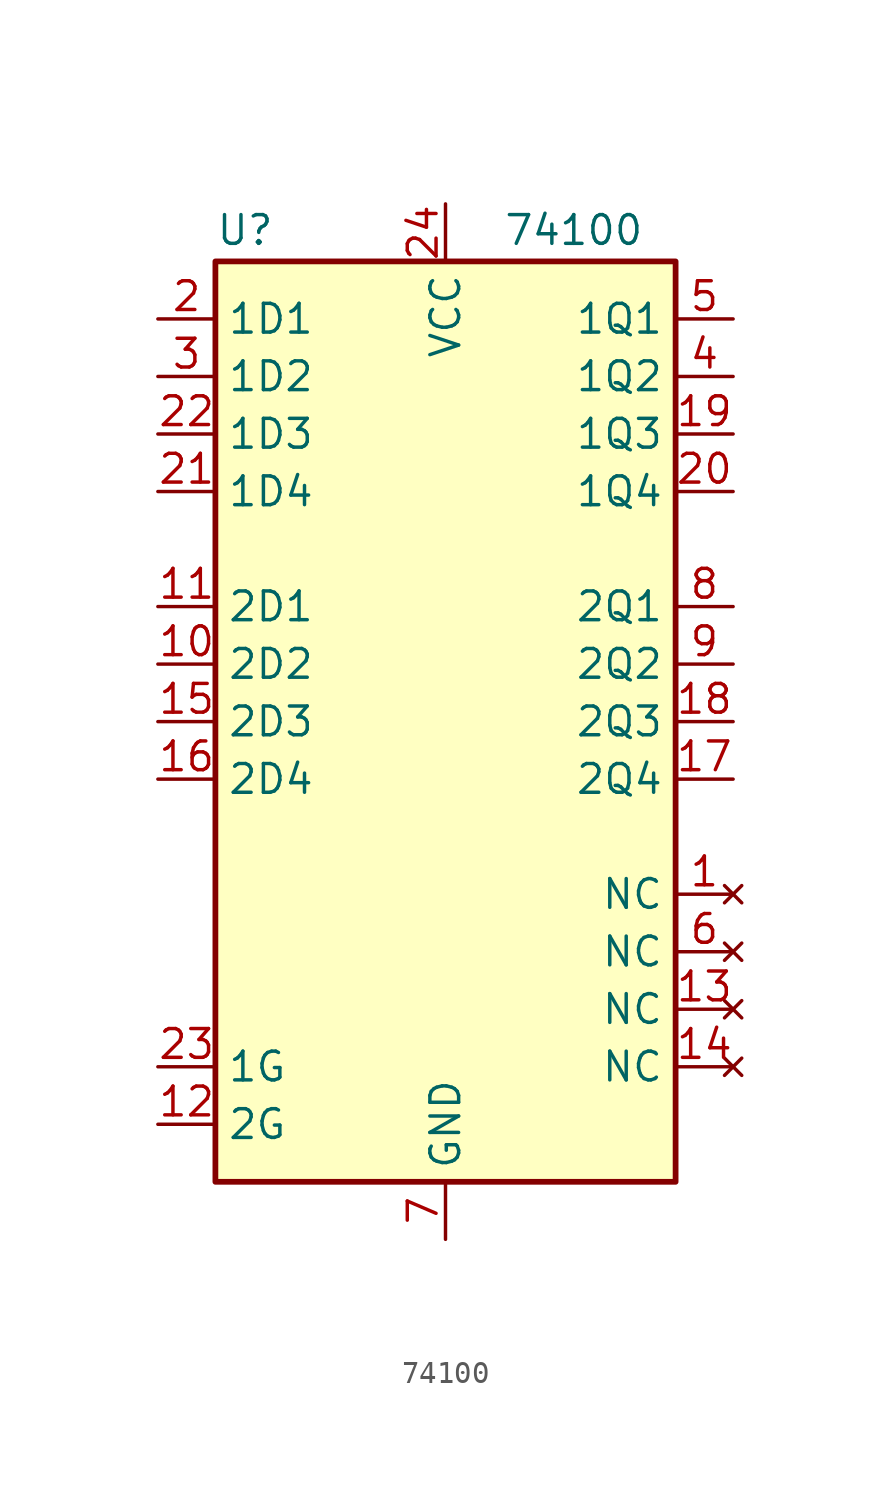
<source format=kicad_sym>
(kicad_symbol_lib
  (version 20220914)
  (generator kicad_symbol_editor)
  (symbol "74100"
    (property "Reference" "U"
      (at -10.16 20.955 0)
      (effects (font (size 1.27 1.27)) (justify left bottom)))
    (property "Value" "74100"
      (at 2.54 20.955 0)
      (effects (font (size 1.27 1.27)) (justify left bottom)))
    (symbol "74100_0_1"
      (rectangle (start -10.16 20.32) (end 10.16 -20.32) (stroke (width 0.254) (type default)) (fill (type background))))
    (symbol "74100_1_0"
      (pin power_in line (at 0 22.86 270) (length 2.54) (name "VCC" (effects (font (size 1.27 1.27)))) (number "24" (effects (font (size 1.27 1.27)))))
      (pin power_in line (at 0 -22.86 90) (length 2.54) (name "GND" (effects (font (size 1.27 1.27)))) (number "7" (effects (font (size 1.27 1.27))))))
    (symbol "74100_1_1"
      (pin no_connect line (at 12.7 -7.62 180) (length 2.54) (name "NC" (effects (font (size 1.27 1.27)))) (number "1" (effects (font (size 1.27 1.27)))))
      (pin input line (at -12.7 2.54 0) (length 2.54) (name "2D2" (effects (font (size 1.27 1.27)))) (number "10" (effects (font (size 1.27 1.27)))))
      (pin input line (at -12.7 5.08 0) (length 2.54) (name "2D1" (effects (font (size 1.27 1.27)))) (number "11" (effects (font (size 1.27 1.27)))))
      (pin input line (at -12.7 -17.78 0) (length 2.54) (name "2G" (effects (font (size 1.27 1.27)))) (number "12" (effects (font (size 1.27 1.27)))))
      (pin no_connect line (at 12.7 -12.7 180) (length 2.54) (name "NC" (effects (font (size 1.27 1.27)))) (number "13" (effects (font (size 1.27 1.27)))))
      (pin no_connect line (at 12.7 -15.24 180) (length 2.54) (name "NC" (effects (font (size 1.27 1.27)))) (number "14" (effects (font (size 1.27 1.27)))))
      (pin input line (at -12.7 0 0) (length 2.54) (name "2D3" (effects (font (size 1.27 1.27)))) (number "15" (effects (font (size 1.27 1.27)))))
      (pin input line (at -12.7 -2.54 0) (length 2.54) (name "2D4" (effects (font (size 1.27 1.27)))) (number "16" (effects (font (size 1.27 1.27)))))
      (pin tri_state line (at 12.7 -2.54 180) (length 2.54) (name "2Q4" (effects (font (size 1.27 1.27)))) (number "17" (effects (font (size 1.27 1.27)))))
      (pin tri_state line (at 12.7 0 180) (length 2.54) (name "2Q3" (effects (font (size 1.27 1.27)))) (number "18" (effects (font (size 1.27 1.27)))))
      (pin tri_state line (at 12.7 12.7 180) (length 2.54) (name "1Q3" (effects (font (size 1.27 1.27)))) (number "19" (effects (font (size 1.27 1.27)))))
      (pin input line (at -12.7 17.78 0) (length 2.54) (name "1D1" (effects (font (size 1.27 1.27)))) (number "2" (effects (font (size 1.27 1.27)))))
      (pin tri_state line (at 12.7 10.16 180) (length 2.54) (name "1Q4" (effects (font (size 1.27 1.27)))) (number "20" (effects (font (size 1.27 1.27)))))
      (pin input line (at -12.7 10.16 0) (length 2.54) (name "1D4" (effects (font (size 1.27 1.27)))) (number "21" (effects (font (size 1.27 1.27)))))
      (pin input line (at -12.7 12.7 0) (length 2.54) (name "1D3" (effects (font (size 1.27 1.27)))) (number "22" (effects (font (size 1.27 1.27)))))
      (pin input line (at -12.7 -15.24 0) (length 2.54) (name "1G" (effects (font (size 1.27 1.27)))) (number "23" (effects (font (size 1.27 1.27)))))
      (pin input line (at -12.7 15.24 0) (length 2.54) (name "1D2" (effects (font (size 1.27 1.27)))) (number "3" (effects (font (size 1.27 1.27)))))
      (pin tri_state line (at 12.7 15.24 180) (length 2.54) (name "1Q2" (effects (font (size 1.27 1.27)))) (number "4" (effects (font (size 1.27 1.27)))))
      (pin tri_state line (at 12.7 17.78 180) (length 2.54) (name "1Q1" (effects (font (size 1.27 1.27)))) (number "5" (effects (font (size 1.27 1.27)))))
      (pin no_connect line (at 12.7 -10.16 180) (length 2.54) (name "NC" (effects (font (size 1.27 1.27)))) (number "6" (effects (font (size 1.27 1.27)))))
      (pin tri_state line (at 12.7 5.08 180) (length 2.54) (name "2Q1" (effects (font (size 1.27 1.27)))) (number "8" (effects (font (size 1.27 1.27)))))
      (pin tri_state line (at 12.7 2.54 180) (length 2.54) (name "2Q2" (effects (font (size 1.27 1.27)))) (number "9" (effects (font (size 1.27 1.27))))))))
</source>
